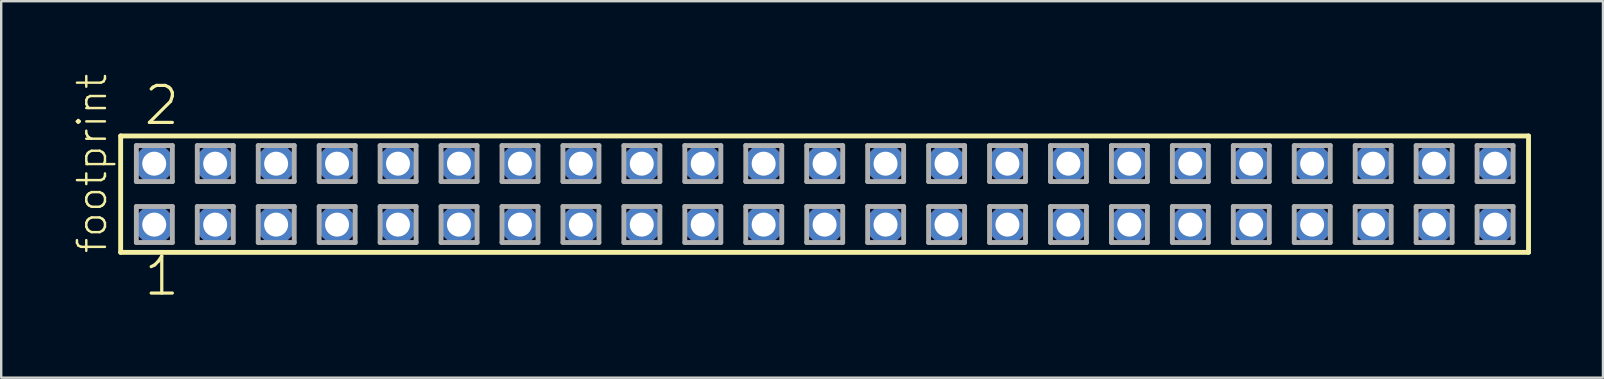
<source format=kicad_pcb>
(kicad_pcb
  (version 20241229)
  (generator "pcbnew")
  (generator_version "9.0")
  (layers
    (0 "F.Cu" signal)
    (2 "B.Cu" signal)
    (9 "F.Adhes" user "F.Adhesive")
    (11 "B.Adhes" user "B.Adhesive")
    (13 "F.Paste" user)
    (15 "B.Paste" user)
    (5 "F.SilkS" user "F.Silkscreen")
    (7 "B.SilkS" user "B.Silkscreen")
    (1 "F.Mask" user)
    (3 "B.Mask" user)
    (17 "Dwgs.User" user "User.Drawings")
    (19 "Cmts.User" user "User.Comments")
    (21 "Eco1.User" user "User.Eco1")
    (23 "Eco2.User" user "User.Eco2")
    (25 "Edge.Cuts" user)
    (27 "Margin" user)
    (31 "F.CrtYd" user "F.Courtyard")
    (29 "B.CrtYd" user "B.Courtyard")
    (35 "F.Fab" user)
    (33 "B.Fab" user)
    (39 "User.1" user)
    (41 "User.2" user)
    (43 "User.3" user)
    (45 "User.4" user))
  (footprint "footprint"
    (layer "F.Cu")
    (at 31.318 5.042)
    (property "Reference" "footprint" (at -29.845 2.54 90) (layer "F.SilkS") (effects (font (size 1.168 1.168) (thickness 0.102)) (justify left bottom)))
    (fp_line (start -29.339 -2.425) (end 29.339 -2.425) (stroke (width 0.203) (type solid)) (layer "F.SilkS"))
    (fp_line (start -29.339 2.425) (end -29.339 -2.425) (stroke (width 0.203) (type solid)) (layer "F.SilkS"))
    (fp_line (start 29.339 -2.425) (end 29.339 2.425) (stroke (width 0.203) (type solid)) (layer "F.SilkS"))
    (fp_line (start 29.339 2.425) (end -29.339 2.425) (stroke (width 0.203) (type solid)) (layer "F.SilkS"))
    (fp_line (start -28.685 -2.025) (end -27.185 -2.025) (stroke (width 0.203) (type solid)) (layer "F.Fab"))
    (fp_line (start -28.685 -0.525) (end -28.685 -2.025) (stroke (width 0.203) (type solid)) (layer "F.Fab"))
    (fp_line (start -28.685 0.515) (end -27.185 0.515) (stroke (width 0.203) (type solid)) (layer "F.Fab"))
    (fp_line (start -28.685 2.015) (end -28.685 0.515) (stroke (width 0.203) (type solid)) (layer "F.Fab"))
    (fp_line (start -27.185 -2.025) (end -27.185 -0.525) (stroke (width 0.203) (type solid)) (layer "F.Fab"))
    (fp_line (start -27.185 -0.525) (end -28.685 -0.525) (stroke (width 0.203) (type solid)) (layer "F.Fab"))
    (fp_line (start -27.185 0.515) (end -27.185 2.015) (stroke (width 0.203) (type solid)) (layer "F.Fab"))
    (fp_line (start -27.185 2.015) (end -28.685 2.015) (stroke (width 0.203) (type solid)) (layer "F.Fab"))
    (fp_line (start -26.145 -2.025) (end -24.645 -2.025) (stroke (width 0.203) (type solid)) (layer "F.Fab"))
    (fp_line (start -26.145 -0.525) (end -26.145 -2.025) (stroke (width 0.203) (type solid)) (layer "F.Fab"))
    (fp_line (start -26.145 0.515) (end -24.645 0.515) (stroke (width 0.203) (type solid)) (layer "F.Fab"))
    (fp_line (start -26.145 2.015) (end -26.145 0.515) (stroke (width 0.203) (type solid)) (layer "F.Fab"))
    (fp_line (start -24.645 -2.025) (end -24.645 -0.525) (stroke (width 0.203) (type solid)) (layer "F.Fab"))
    (fp_line (start -24.645 -0.525) (end -26.145 -0.525) (stroke (width 0.203) (type solid)) (layer "F.Fab"))
    (fp_line (start -24.645 0.515) (end -24.645 2.015) (stroke (width 0.203) (type solid)) (layer "F.Fab"))
    (fp_line (start -24.645 2.015) (end -26.145 2.015) (stroke (width 0.203) (type solid)) (layer "F.Fab"))
    (fp_line (start -23.605 -2.025) (end -22.105 -2.025) (stroke (width 0.203) (type solid)) (layer "F.Fab"))
    (fp_line (start -23.605 -0.525) (end -23.605 -2.025) (stroke (width 0.203) (type solid)) (layer "F.Fab"))
    (fp_line (start -23.605 0.515) (end -22.105 0.515) (stroke (width 0.203) (type solid)) (layer "F.Fab"))
    (fp_line (start -23.605 2.015) (end -23.605 0.515) (stroke (width 0.203) (type solid)) (layer "F.Fab"))
    (fp_line (start -22.105 -2.025) (end -22.105 -0.525) (stroke (width 0.203) (type solid)) (layer "F.Fab"))
    (fp_line (start -22.105 -0.525) (end -23.605 -0.525) (stroke (width 0.203) (type solid)) (layer "F.Fab"))
    (fp_line (start -22.105 0.515) (end -22.105 2.015) (stroke (width 0.203) (type solid)) (layer "F.Fab"))
    (fp_line (start -22.105 2.015) (end -23.605 2.015) (stroke (width 0.203) (type solid)) (layer "F.Fab"))
    (fp_line (start -21.065 -2.025) (end -19.565 -2.025) (stroke (width 0.203) (type solid)) (layer "F.Fab"))
    (fp_line (start -21.065 -0.525) (end -21.065 -2.025) (stroke (width 0.203) (type solid)) (layer "F.Fab"))
    (fp_line (start -21.065 0.515) (end -19.565 0.515) (stroke (width 0.203) (type solid)) (layer "F.Fab"))
    (fp_line (start -21.065 2.015) (end -21.065 0.515) (stroke (width 0.203) (type solid)) (layer "F.Fab"))
    (fp_line (start -19.565 -2.025) (end -19.565 -0.525) (stroke (width 0.203) (type solid)) (layer "F.Fab"))
    (fp_line (start -19.565 -0.525) (end -21.065 -0.525) (stroke (width 0.203) (type solid)) (layer "F.Fab"))
    (fp_line (start -19.565 0.515) (end -19.565 2.015) (stroke (width 0.203) (type solid)) (layer "F.Fab"))
    (fp_line (start -19.565 2.015) (end -21.065 2.015) (stroke (width 0.203) (type solid)) (layer "F.Fab"))
    (fp_line (start -18.525 -2.025) (end -17.025 -2.025) (stroke (width 0.203) (type solid)) (layer "F.Fab"))
    (fp_line (start -18.525 -0.525) (end -18.525 -2.025) (stroke (width 0.203) (type solid)) (layer "F.Fab"))
    (fp_line (start -18.525 0.515) (end -17.025 0.515) (stroke (width 0.203) (type solid)) (layer "F.Fab"))
    (fp_line (start -18.525 2.015) (end -18.525 0.515) (stroke (width 0.203) (type solid)) (layer "F.Fab"))
    (fp_line (start -17.025 -2.025) (end -17.025 -0.525) (stroke (width 0.203) (type solid)) (layer "F.Fab"))
    (fp_line (start -17.025 -0.525) (end -18.525 -0.525) (stroke (width 0.203) (type solid)) (layer "F.Fab"))
    (fp_line (start -17.025 0.515) (end -17.025 2.015) (stroke (width 0.203) (type solid)) (layer "F.Fab"))
    (fp_line (start -17.025 2.015) (end -18.525 2.015) (stroke (width 0.203) (type solid)) (layer "F.Fab"))
    (fp_line (start -15.985 -2.025) (end -14.485 -2.025) (stroke (width 0.203) (type solid)) (layer "F.Fab"))
    (fp_line (start -15.985 -0.525) (end -15.985 -2.025) (stroke (width 0.203) (type solid)) (layer "F.Fab"))
    (fp_line (start -15.985 0.515) (end -14.485 0.515) (stroke (width 0.203) (type solid)) (layer "F.Fab"))
    (fp_line (start -15.985 2.015) (end -15.985 0.515) (stroke (width 0.203) (type solid)) (layer "F.Fab"))
    (fp_line (start -14.485 -2.025) (end -14.485 -0.525) (stroke (width 0.203) (type solid)) (layer "F.Fab"))
    (fp_line (start -14.485 -0.525) (end -15.985 -0.525) (stroke (width 0.203) (type solid)) (layer "F.Fab"))
    (fp_line (start -14.485 0.515) (end -14.485 2.015) (stroke (width 0.203) (type solid)) (layer "F.Fab"))
    (fp_line (start -14.485 2.015) (end -15.985 2.015) (stroke (width 0.203) (type solid)) (layer "F.Fab"))
    (fp_line (start -13.445 -2.025) (end -11.945 -2.025) (stroke (width 0.203) (type solid)) (layer "F.Fab"))
    (fp_line (start -13.445 -0.525) (end -13.445 -2.025) (stroke (width 0.203) (type solid)) (layer "F.Fab"))
    (fp_line (start -13.445 0.515) (end -11.945 0.515) (stroke (width 0.203) (type solid)) (layer "F.Fab"))
    (fp_line (start -13.445 2.015) (end -13.445 0.515) (stroke (width 0.203) (type solid)) (layer "F.Fab"))
    (fp_line (start -11.945 -2.025) (end -11.945 -0.525) (stroke (width 0.203) (type solid)) (layer "F.Fab"))
    (fp_line (start -11.945 -0.525) (end -13.445 -0.525) (stroke (width 0.203) (type solid)) (layer "F.Fab"))
    (fp_line (start -11.945 0.515) (end -11.945 2.015) (stroke (width 0.203) (type solid)) (layer "F.Fab"))
    (fp_line (start -11.945 2.015) (end -13.445 2.015) (stroke (width 0.203) (type solid)) (layer "F.Fab"))
    (fp_line (start -10.905 -2.025) (end -9.405 -2.025) (stroke (width 0.203) (type solid)) (layer "F.Fab"))
    (fp_line (start -10.905 -0.525) (end -10.905 -2.025) (stroke (width 0.203) (type solid)) (layer "F.Fab"))
    (fp_line (start -10.905 0.515) (end -9.405 0.515) (stroke (width 0.203) (type solid)) (layer "F.Fab"))
    (fp_line (start -10.905 2.015) (end -10.905 0.515) (stroke (width 0.203) (type solid)) (layer "F.Fab"))
    (fp_line (start -9.405 -2.025) (end -9.405 -0.525) (stroke (width 0.203) (type solid)) (layer "F.Fab"))
    (fp_line (start -9.405 -0.525) (end -10.905 -0.525) (stroke (width 0.203) (type solid)) (layer "F.Fab"))
    (fp_line (start -9.405 0.515) (end -9.405 2.015) (stroke (width 0.203) (type solid)) (layer "F.Fab"))
    (fp_line (start -9.405 2.015) (end -10.905 2.015) (stroke (width 0.203) (type solid)) (layer "F.Fab"))
    (fp_line (start -8.365 -2.025) (end -6.865 -2.025) (stroke (width 0.203) (type solid)) (layer "F.Fab"))
    (fp_line (start -8.365 -0.525) (end -8.365 -2.025) (stroke (width 0.203) (type solid)) (layer "F.Fab"))
    (fp_line (start -8.365 0.515) (end -6.865 0.515) (stroke (width 0.203) (type solid)) (layer "F.Fab"))
    (fp_line (start -8.365 2.015) (end -8.365 0.515) (stroke (width 0.203) (type solid)) (layer "F.Fab"))
    (fp_line (start -6.865 -2.025) (end -6.865 -0.525) (stroke (width 0.203) (type solid)) (layer "F.Fab"))
    (fp_line (start -6.865 -0.525) (end -8.365 -0.525) (stroke (width 0.203) (type solid)) (layer "F.Fab"))
    (fp_line (start -6.865 0.515) (end -6.865 2.015) (stroke (width 0.203) (type solid)) (layer "F.Fab"))
    (fp_line (start -6.865 2.015) (end -8.365 2.015) (stroke (width 0.203) (type solid)) (layer "F.Fab"))
    (fp_line (start -5.825 -2.025) (end -4.325 -2.025) (stroke (width 0.203) (type solid)) (layer "F.Fab"))
    (fp_line (start -5.825 -0.525) (end -5.825 -2.025) (stroke (width 0.203) (type solid)) (layer "F.Fab"))
    (fp_line (start -5.825 0.515) (end -4.325 0.515) (stroke (width 0.203) (type solid)) (layer "F.Fab"))
    (fp_line (start -5.825 2.015) (end -5.825 0.515) (stroke (width 0.203) (type solid)) (layer "F.Fab"))
    (fp_line (start -4.325 -2.025) (end -4.325 -0.525) (stroke (width 0.203) (type solid)) (layer "F.Fab"))
    (fp_line (start -4.325 -0.525) (end -5.825 -0.525) (stroke (width 0.203) (type solid)) (layer "F.Fab"))
    (fp_line (start -4.325 0.515) (end -4.325 2.015) (stroke (width 0.203) (type solid)) (layer "F.Fab"))
    (fp_line (start -4.325 2.015) (end -5.825 2.015) (stroke (width 0.203) (type solid)) (layer "F.Fab"))
    (fp_line (start -3.285 -2.025) (end -1.785 -2.025) (stroke (width 0.203) (type solid)) (layer "F.Fab"))
    (fp_line (start -3.285 -0.525) (end -3.285 -2.025) (stroke (width 0.203) (type solid)) (layer "F.Fab"))
    (fp_line (start -3.285 0.515) (end -1.785 0.515) (stroke (width 0.203) (type solid)) (layer "F.Fab"))
    (fp_line (start -3.285 2.015) (end -3.285 0.515) (stroke (width 0.203) (type solid)) (layer "F.Fab"))
    (fp_line (start -1.785 -2.025) (end -1.785 -0.525) (stroke (width 0.203) (type solid)) (layer "F.Fab"))
    (fp_line (start -1.785 -0.525) (end -3.285 -0.525) (stroke (width 0.203) (type solid)) (layer "F.Fab"))
    (fp_line (start -1.785 0.515) (end -1.785 2.015) (stroke (width 0.203) (type solid)) (layer "F.Fab"))
    (fp_line (start -1.785 2.015) (end -3.285 2.015) (stroke (width 0.203) (type solid)) (layer "F.Fab"))
    (fp_line (start -0.745 -2.025) (end 0.755 -2.025) (stroke (width 0.203) (type solid)) (layer "F.Fab"))
    (fp_line (start -0.745 -0.525) (end -0.745 -2.025) (stroke (width 0.203) (type solid)) (layer "F.Fab"))
    (fp_line (start -0.745 0.515) (end 0.755 0.515) (stroke (width 0.203) (type solid)) (layer "F.Fab"))
    (fp_line (start -0.745 2.015) (end -0.745 0.515) (stroke (width 0.203) (type solid)) (layer "F.Fab"))
    (fp_line (start 0.755 -2.025) (end 0.755 -0.525) (stroke (width 0.203) (type solid)) (layer "F.Fab"))
    (fp_line (start 0.755 -0.525) (end -0.745 -0.525) (stroke (width 0.203) (type solid)) (layer "F.Fab"))
    (fp_line (start 0.755 0.515) (end 0.755 2.015) (stroke (width 0.203) (type solid)) (layer "F.Fab"))
    (fp_line (start 0.755 2.015) (end -0.745 2.015) (stroke (width 0.203) (type solid)) (layer "F.Fab"))
    (fp_line (start 1.795 -2.025) (end 3.295 -2.025) (stroke (width 0.203) (type solid)) (layer "F.Fab"))
    (fp_line (start 1.795 -0.525) (end 1.795 -2.025) (stroke (width 0.203) (type solid)) (layer "F.Fab"))
    (fp_line (start 1.795 0.515) (end 3.295 0.515) (stroke (width 0.203) (type solid)) (layer "F.Fab"))
    (fp_line (start 1.795 2.015) (end 1.795 0.515) (stroke (width 0.203) (type solid)) (layer "F.Fab"))
    (fp_line (start 3.295 -2.025) (end 3.295 -0.525) (stroke (width 0.203) (type solid)) (layer "F.Fab"))
    (fp_line (start 3.295 -0.525) (end 1.795 -0.525) (stroke (width 0.203) (type solid)) (layer "F.Fab"))
    (fp_line (start 3.295 0.515) (end 3.295 2.015) (stroke (width 0.203) (type solid)) (layer "F.Fab"))
    (fp_line (start 3.295 2.015) (end 1.795 2.015) (stroke (width 0.203) (type solid)) (layer "F.Fab"))
    (fp_line (start 4.335 -2.025) (end 5.835 -2.025) (stroke (width 0.203) (type solid)) (layer "F.Fab"))
    (fp_line (start 4.335 -0.525) (end 4.335 -2.025) (stroke (width 0.203) (type solid)) (layer "F.Fab"))
    (fp_line (start 4.335 0.515) (end 5.835 0.515) (stroke (width 0.203) (type solid)) (layer "F.Fab"))
    (fp_line (start 4.335 2.015) (end 4.335 0.515) (stroke (width 0.203) (type solid)) (layer "F.Fab"))
    (fp_line (start 5.835 -2.025) (end 5.835 -0.525) (stroke (width 0.203) (type solid)) (layer "F.Fab"))
    (fp_line (start 5.835 -0.525) (end 4.335 -0.525) (stroke (width 0.203) (type solid)) (layer "F.Fab"))
    (fp_line (start 5.835 0.515) (end 5.835 2.015) (stroke (width 0.203) (type solid)) (layer "F.Fab"))
    (fp_line (start 5.835 2.015) (end 4.335 2.015) (stroke (width 0.203) (type solid)) (layer "F.Fab"))
    (fp_line (start 6.875 -2.025) (end 8.375 -2.025) (stroke (width 0.203) (type solid)) (layer "F.Fab"))
    (fp_line (start 6.875 -0.525) (end 6.875 -2.025) (stroke (width 0.203) (type solid)) (layer "F.Fab"))
    (fp_line (start 6.875 0.515) (end 8.375 0.515) (stroke (width 0.203) (type solid)) (layer "F.Fab"))
    (fp_line (start 6.875 2.015) (end 6.875 0.515) (stroke (width 0.203) (type solid)) (layer "F.Fab"))
    (fp_line (start 8.375 -2.025) (end 8.375 -0.525) (stroke (width 0.203) (type solid)) (layer "F.Fab"))
    (fp_line (start 8.375 -0.525) (end 6.875 -0.525) (stroke (width 0.203) (type solid)) (layer "F.Fab"))
    (fp_line (start 8.375 0.515) (end 8.375 2.015) (stroke (width 0.203) (type solid)) (layer "F.Fab"))
    (fp_line (start 8.375 2.015) (end 6.875 2.015) (stroke (width 0.203) (type solid)) (layer "F.Fab"))
    (fp_line (start 9.415 -2.025) (end 10.915 -2.025) (stroke (width 0.203) (type solid)) (layer "F.Fab"))
    (fp_line (start 9.415 -0.525) (end 9.415 -2.025) (stroke (width 0.203) (type solid)) (layer "F.Fab"))
    (fp_line (start 9.415 0.515) (end 10.915 0.515) (stroke (width 0.203) (type solid)) (layer "F.Fab"))
    (fp_line (start 9.415 2.015) (end 9.415 0.515) (stroke (width 0.203) (type solid)) (layer "F.Fab"))
    (fp_line (start 10.915 -2.025) (end 10.915 -0.525) (stroke (width 0.203) (type solid)) (layer "F.Fab"))
    (fp_line (start 10.915 -0.525) (end 9.415 -0.525) (stroke (width 0.203) (type solid)) (layer "F.Fab"))
    (fp_line (start 10.915 0.515) (end 10.915 2.015) (stroke (width 0.203) (type solid)) (layer "F.Fab"))
    (fp_line (start 10.915 2.015) (end 9.415 2.015) (stroke (width 0.203) (type solid)) (layer "F.Fab"))
    (fp_line (start 11.955 -2.025) (end 13.455 -2.025) (stroke (width 0.203) (type solid)) (layer "F.Fab"))
    (fp_line (start 11.955 -0.525) (end 11.955 -2.025) (stroke (width 0.203) (type solid)) (layer "F.Fab"))
    (fp_line (start 11.955 0.515) (end 13.455 0.515) (stroke (width 0.203) (type solid)) (layer "F.Fab"))
    (fp_line (start 11.955 2.015) (end 11.955 0.515) (stroke (width 0.203) (type solid)) (layer "F.Fab"))
    (fp_line (start 13.455 -2.025) (end 13.455 -0.525) (stroke (width 0.203) (type solid)) (layer "F.Fab"))
    (fp_line (start 13.455 -0.525) (end 11.955 -0.525) (stroke (width 0.203) (type solid)) (layer "F.Fab"))
    (fp_line (start 13.455 0.515) (end 13.455 2.015) (stroke (width 0.203) (type solid)) (layer "F.Fab"))
    (fp_line (start 13.455 2.015) (end 11.955 2.015) (stroke (width 0.203) (type solid)) (layer "F.Fab"))
    (fp_line (start 14.495 -2.025) (end 15.995 -2.025) (stroke (width 0.203) (type solid)) (layer "F.Fab"))
    (fp_line (start 14.495 -0.525) (end 14.495 -2.025) (stroke (width 0.203) (type solid)) (layer "F.Fab"))
    (fp_line (start 14.495 0.515) (end 15.995 0.515) (stroke (width 0.203) (type solid)) (layer "F.Fab"))
    (fp_line (start 14.495 2.015) (end 14.495 0.515) (stroke (width 0.203) (type solid)) (layer "F.Fab"))
    (fp_line (start 15.995 -2.025) (end 15.995 -0.525) (stroke (width 0.203) (type solid)) (layer "F.Fab"))
    (fp_line (start 15.995 -0.525) (end 14.495 -0.525) (stroke (width 0.203) (type solid)) (layer "F.Fab"))
    (fp_line (start 15.995 0.515) (end 15.995 2.015) (stroke (width 0.203) (type solid)) (layer "F.Fab"))
    (fp_line (start 15.995 2.015) (end 14.495 2.015) (stroke (width 0.203) (type solid)) (layer "F.Fab"))
    (fp_line (start 17.035 -2.025) (end 18.535 -2.025) (stroke (width 0.203) (type solid)) (layer "F.Fab"))
    (fp_line (start 17.035 -0.525) (end 17.035 -2.025) (stroke (width 0.203) (type solid)) (layer "F.Fab"))
    (fp_line (start 17.035 0.515) (end 18.535 0.515) (stroke (width 0.203) (type solid)) (layer "F.Fab"))
    (fp_line (start 17.035 2.015) (end 17.035 0.515) (stroke (width 0.203) (type solid)) (layer "F.Fab"))
    (fp_line (start 18.535 -2.025) (end 18.535 -0.525) (stroke (width 0.203) (type solid)) (layer "F.Fab"))
    (fp_line (start 18.535 -0.525) (end 17.035 -0.525) (stroke (width 0.203) (type solid)) (layer "F.Fab"))
    (fp_line (start 18.535 0.515) (end 18.535 2.015) (stroke (width 0.203) (type solid)) (layer "F.Fab"))
    (fp_line (start 18.535 2.015) (end 17.035 2.015) (stroke (width 0.203) (type solid)) (layer "F.Fab"))
    (fp_line (start 19.575 -2.025) (end 21.075 -2.025) (stroke (width 0.203) (type solid)) (layer "F.Fab"))
    (fp_line (start 19.575 -0.525) (end 19.575 -2.025) (stroke (width 0.203) (type solid)) (layer "F.Fab"))
    (fp_line (start 19.575 0.515) (end 21.075 0.515) (stroke (width 0.203) (type solid)) (layer "F.Fab"))
    (fp_line (start 19.575 2.015) (end 19.575 0.515) (stroke (width 0.203) (type solid)) (layer "F.Fab"))
    (fp_line (start 21.075 -2.025) (end 21.075 -0.525) (stroke (width 0.203) (type solid)) (layer "F.Fab"))
    (fp_line (start 21.075 -0.525) (end 19.575 -0.525) (stroke (width 0.203) (type solid)) (layer "F.Fab"))
    (fp_line (start 21.075 0.515) (end 21.075 2.015) (stroke (width 0.203) (type solid)) (layer "F.Fab"))
    (fp_line (start 21.075 2.015) (end 19.575 2.015) (stroke (width 0.203) (type solid)) (layer "F.Fab"))
    (fp_line (start 22.115 -2.025) (end 23.615 -2.025) (stroke (width 0.203) (type solid)) (layer "F.Fab"))
    (fp_line (start 22.115 -0.525) (end 22.115 -2.025) (stroke (width 0.203) (type solid)) (layer "F.Fab"))
    (fp_line (start 22.115 0.515) (end 23.615 0.515) (stroke (width 0.203) (type solid)) (layer "F.Fab"))
    (fp_line (start 22.115 2.015) (end 22.115 0.515) (stroke (width 0.203) (type solid)) (layer "F.Fab"))
    (fp_line (start 23.615 -2.025) (end 23.615 -0.525) (stroke (width 0.203) (type solid)) (layer "F.Fab"))
    (fp_line (start 23.615 -0.525) (end 22.115 -0.525) (stroke (width 0.203) (type solid)) (layer "F.Fab"))
    (fp_line (start 23.615 0.515) (end 23.615 2.015) (stroke (width 0.203) (type solid)) (layer "F.Fab"))
    (fp_line (start 23.615 2.015) (end 22.115 2.015) (stroke (width 0.203) (type solid)) (layer "F.Fab"))
    (fp_line (start 24.655 -2.025) (end 26.155 -2.025) (stroke (width 0.203) (type solid)) (layer "F.Fab"))
    (fp_line (start 24.655 -0.525) (end 24.655 -2.025) (stroke (width 0.203) (type solid)) (layer "F.Fab"))
    (fp_line (start 24.655 0.515) (end 26.155 0.515) (stroke (width 0.203) (type solid)) (layer "F.Fab"))
    (fp_line (start 24.655 2.015) (end 24.655 0.515) (stroke (width 0.203) (type solid)) (layer "F.Fab"))
    (fp_line (start 26.155 -2.025) (end 26.155 -0.525) (stroke (width 0.203) (type solid)) (layer "F.Fab"))
    (fp_line (start 26.155 -0.525) (end 24.655 -0.525) (stroke (width 0.203) (type solid)) (layer "F.Fab"))
    (fp_line (start 26.155 0.515) (end 26.155 2.015) (stroke (width 0.203) (type solid)) (layer "F.Fab"))
    (fp_line (start 26.155 2.015) (end 24.655 2.015) (stroke (width 0.203) (type solid)) (layer "F.Fab"))
    (fp_line (start 27.195 -2.025) (end 28.695 -2.025) (stroke (width 0.203) (type solid)) (layer "F.Fab"))
    (fp_line (start 27.195 -0.525) (end 27.195 -2.025) (stroke (width 0.203) (type solid)) (layer "F.Fab"))
    (fp_line (start 27.195 0.515) (end 28.695 0.515) (stroke (width 0.203) (type solid)) (layer "F.Fab"))
    (fp_line (start 27.195 2.015) (end 27.195 0.515) (stroke (width 0.203) (type solid)) (layer "F.Fab"))
    (fp_line (start 28.695 -2.025) (end 28.695 -0.525) (stroke (width 0.203) (type solid)) (layer "F.Fab"))
    (fp_line (start 28.695 -0.525) (end 27.195 -0.525) (stroke (width 0.203) (type solid)) (layer "F.Fab"))
    (fp_line (start 28.695 0.515) (end 28.695 2.015) (stroke (width 0.203) (type solid)) (layer "F.Fab"))
    (fp_line (start 28.695 2.015) (end 27.195 2.015) (stroke (width 0.203) (type solid)) (layer "F.Fab"))
    (fp_text user "2" (at -28.448 -2.794 0) (layer "F.SilkS") (effects (font (size 1.542 1.542) (thickness 0.134)) (justify left bottom)))
    (fp_text user "1" (at -28.448 4.318 0) (layer "F.SilkS") (effects (font (size 1.542 1.542) (thickness 0.134)) (justify left bottom)))
    (pad "1" thru_hole roundrect (at -27.94 1.27) (size 1.5 1.5) (drill 1) (layers "*.Cu" "*.Mask") (roundrect_rratio 0.25) (chamfer_ratio 0.25) (chamfer top_left top_right bottom_left bottom_right))
    (pad "2" thru_hole roundrect (at -27.94 -1.27) (size 1.5 1.5) (drill 1) (layers "*.Cu" "*.Mask") (roundrect_rratio 0.25) (chamfer_ratio 0.25) (chamfer top_left top_right bottom_left bottom_right))
    (pad "3" thru_hole roundrect (at -25.4 1.27) (size 1.5 1.5) (drill 1) (layers "*.Cu" "*.Mask") (roundrect_rratio 0.25) (chamfer_ratio 0.25) (chamfer top_left top_right bottom_left bottom_right))
    (pad "4" thru_hole roundrect (at -25.4 -1.27) (size 1.5 1.5) (drill 1) (layers "*.Cu" "*.Mask") (roundrect_rratio 0.25) (chamfer_ratio 0.25) (chamfer top_left top_right bottom_left bottom_right))
    (pad "5" thru_hole roundrect (at -22.86 1.27) (size 1.5 1.5) (drill 1) (layers "*.Cu" "*.Mask") (roundrect_rratio 0.25) (chamfer_ratio 0.25) (chamfer top_left top_right bottom_left bottom_right))
    (pad "6" thru_hole roundrect (at -22.86 -1.27) (size 1.5 1.5) (drill 1) (layers "*.Cu" "*.Mask") (roundrect_rratio 0.25) (chamfer_ratio 0.25) (chamfer top_left top_right bottom_left bottom_right))
    (pad "7" thru_hole roundrect (at -20.32 1.27) (size 1.5 1.5) (drill 1) (layers "*.Cu" "*.Mask") (roundrect_rratio 0.25) (chamfer_ratio 0.25) (chamfer top_left top_right bottom_left bottom_right))
    (pad "8" thru_hole roundrect (at -20.32 -1.27) (size 1.5 1.5) (drill 1) (layers "*.Cu" "*.Mask") (roundrect_rratio 0.25) (chamfer_ratio 0.25) (chamfer top_left top_right bottom_left bottom_right))
    (pad "9" thru_hole roundrect (at -17.78 1.27) (size 1.5 1.5) (drill 1) (layers "*.Cu" "*.Mask") (roundrect_rratio 0.25) (chamfer_ratio 0.25) (chamfer top_left top_right bottom_left bottom_right))
    (pad "10" thru_hole roundrect (at -17.78 -1.27) (size 1.5 1.5) (drill 1) (layers "*.Cu" "*.Mask") (roundrect_rratio 0.25) (chamfer_ratio 0.25) (chamfer top_left top_right bottom_left bottom_right))
    (pad "11" thru_hole roundrect (at -15.24 1.27) (size 1.5 1.5) (drill 1) (layers "*.Cu" "*.Mask") (roundrect_rratio 0.25) (chamfer_ratio 0.25) (chamfer top_left top_right bottom_left bottom_right))
    (pad "12" thru_hole roundrect (at -15.24 -1.27) (size 1.5 1.5) (drill 1) (layers "*.Cu" "*.Mask") (roundrect_rratio 0.25) (chamfer_ratio 0.25) (chamfer top_left top_right bottom_left bottom_right))
    (pad "13" thru_hole roundrect (at -12.7 1.27) (size 1.5 1.5) (drill 1) (layers "*.Cu" "*.Mask") (roundrect_rratio 0.25) (chamfer_ratio 0.25) (chamfer top_left top_right bottom_left bottom_right))
    (pad "14" thru_hole roundrect (at -12.7 -1.27) (size 1.5 1.5) (drill 1) (layers "*.Cu" "*.Mask") (roundrect_rratio 0.25) (chamfer_ratio 0.25) (chamfer top_left top_right bottom_left bottom_right))
    (pad "15" thru_hole roundrect (at -10.16 1.27) (size 1.5 1.5) (drill 1) (layers "*.Cu" "*.Mask") (roundrect_rratio 0.25) (chamfer_ratio 0.25) (chamfer top_left top_right bottom_left bottom_right))
    (pad "16" thru_hole roundrect (at -10.16 -1.27) (size 1.5 1.5) (drill 1) (layers "*.Cu" "*.Mask") (roundrect_rratio 0.25) (chamfer_ratio 0.25) (chamfer top_left top_right bottom_left bottom_right))
    (pad "17" thru_hole roundrect (at -7.62 1.27) (size 1.5 1.5) (drill 1) (layers "*.Cu" "*.Mask") (roundrect_rratio 0.25) (chamfer_ratio 0.25) (chamfer top_left top_right bottom_left bottom_right))
    (pad "18" thru_hole roundrect (at -7.62 -1.27) (size 1.5 1.5) (drill 1) (layers "*.Cu" "*.Mask") (roundrect_rratio 0.25) (chamfer_ratio 0.25) (chamfer top_left top_right bottom_left bottom_right))
    (pad "19" thru_hole roundrect (at -5.08 1.27) (size 1.5 1.5) (drill 1) (layers "*.Cu" "*.Mask") (roundrect_rratio 0.25) (chamfer_ratio 0.25) (chamfer top_left top_right bottom_left bottom_right))
    (pad "20" thru_hole roundrect (at -5.08 -1.27) (size 1.5 1.5) (drill 1) (layers "*.Cu" "*.Mask") (roundrect_rratio 0.25) (chamfer_ratio 0.25) (chamfer top_left top_right bottom_left bottom_right))
    (pad "21" thru_hole roundrect (at -2.54 1.27) (size 1.5 1.5) (drill 1) (layers "*.Cu" "*.Mask") (roundrect_rratio 0.25) (chamfer_ratio 0.25) (chamfer top_left top_right bottom_left bottom_right))
    (pad "22" thru_hole roundrect (at -2.54 -1.27) (size 1.5 1.5) (drill 1) (layers "*.Cu" "*.Mask") (roundrect_rratio 0.25) (chamfer_ratio 0.25) (chamfer top_left top_right bottom_left bottom_right))
    (pad "23" thru_hole roundrect (at 0 1.27) (size 1.5 1.5) (drill 1) (layers "*.Cu" "*.Mask") (roundrect_rratio 0.25) (chamfer_ratio 0.25) (chamfer top_left top_right bottom_left bottom_right))
    (pad "24" thru_hole roundrect (at 0 -1.27) (size 1.5 1.5) (drill 1) (layers "*.Cu" "*.Mask") (roundrect_rratio 0.25) (chamfer_ratio 0.25) (chamfer top_left top_right bottom_left bottom_right))
    (pad "25" thru_hole roundrect (at 2.54 1.27) (size 1.5 1.5) (drill 1) (layers "*.Cu" "*.Mask") (roundrect_rratio 0.25) (chamfer_ratio 0.25) (chamfer top_left top_right bottom_left bottom_right))
    (pad "26" thru_hole roundrect (at 2.54 -1.27) (size 1.5 1.5) (drill 1) (layers "*.Cu" "*.Mask") (roundrect_rratio 0.25) (chamfer_ratio 0.25) (chamfer top_left top_right bottom_left bottom_right))
    (pad "27" thru_hole roundrect (at 5.08 1.27) (size 1.5 1.5) (drill 1) (layers "*.Cu" "*.Mask") (roundrect_rratio 0.25) (chamfer_ratio 0.25) (chamfer top_left top_right bottom_left bottom_right))
    (pad "28" thru_hole roundrect (at 5.08 -1.27) (size 1.5 1.5) (drill 1) (layers "*.Cu" "*.Mask") (roundrect_rratio 0.25) (chamfer_ratio 0.25) (chamfer top_left top_right bottom_left bottom_right))
    (pad "29" thru_hole roundrect (at 7.62 1.27) (size 1.5 1.5) (drill 1) (layers "*.Cu" "*.Mask") (roundrect_rratio 0.25) (chamfer_ratio 0.25) (chamfer top_left top_right bottom_left bottom_right))
    (pad "30" thru_hole roundrect (at 7.62 -1.27) (size 1.5 1.5) (drill 1) (layers "*.Cu" "*.Mask") (roundrect_rratio 0.25) (chamfer_ratio 0.25) (chamfer top_left top_right bottom_left bottom_right))
    (pad "31" thru_hole roundrect (at 10.16 1.27) (size 1.5 1.5) (drill 1) (layers "*.Cu" "*.Mask") (roundrect_rratio 0.25) (chamfer_ratio 0.25) (chamfer top_left top_right bottom_left bottom_right))
    (pad "32" thru_hole roundrect (at 10.16 -1.27) (size 1.5 1.5) (drill 1) (layers "*.Cu" "*.Mask") (roundrect_rratio 0.25) (chamfer_ratio 0.25) (chamfer top_left top_right bottom_left bottom_right))
    (pad "33" thru_hole roundrect (at 12.7 1.27) (size 1.5 1.5) (drill 1) (layers "*.Cu" "*.Mask") (roundrect_rratio 0.25) (chamfer_ratio 0.25) (chamfer top_left top_right bottom_left bottom_right))
    (pad "34" thru_hole roundrect (at 12.7 -1.27) (size 1.5 1.5) (drill 1) (layers "*.Cu" "*.Mask") (roundrect_rratio 0.25) (chamfer_ratio 0.25) (chamfer top_left top_right bottom_left bottom_right))
    (pad "35" thru_hole roundrect (at 15.24 1.27) (size 1.5 1.5) (drill 1) (layers "*.Cu" "*.Mask") (roundrect_rratio 0.25) (chamfer_ratio 0.25) (chamfer top_left top_right bottom_left bottom_right))
    (pad "36" thru_hole roundrect (at 15.24 -1.27) (size 1.5 1.5) (drill 1) (layers "*.Cu" "*.Mask") (roundrect_rratio 0.25) (chamfer_ratio 0.25) (chamfer top_left top_right bottom_left bottom_right))
    (pad "37" thru_hole roundrect (at 17.78 1.27) (size 1.5 1.5) (drill 1) (layers "*.Cu" "*.Mask") (roundrect_rratio 0.25) (chamfer_ratio 0.25) (chamfer top_left top_right bottom_left bottom_right))
    (pad "38" thru_hole roundrect (at 17.78 -1.27) (size 1.5 1.5) (drill 1) (layers "*.Cu" "*.Mask") (roundrect_rratio 0.25) (chamfer_ratio 0.25) (chamfer top_left top_right bottom_left bottom_right))
    (pad "39" thru_hole roundrect (at 20.32 1.27) (size 1.5 1.5) (drill 1) (layers "*.Cu" "*.Mask") (roundrect_rratio 0.25) (chamfer_ratio 0.25) (chamfer top_left top_right bottom_left bottom_right))
    (pad "40" thru_hole roundrect (at 20.32 -1.27) (size 1.5 1.5) (drill 1) (layers "*.Cu" "*.Mask") (roundrect_rratio 0.25) (chamfer_ratio 0.25) (chamfer top_left top_right bottom_left bottom_right))
    (pad "41" thru_hole roundrect (at 22.86 1.27) (size 1.5 1.5) (drill 1) (layers "*.Cu" "*.Mask") (roundrect_rratio 0.25) (chamfer_ratio 0.25) (chamfer top_left top_right bottom_left bottom_right))
    (pad "42" thru_hole roundrect (at 22.86 -1.27) (size 1.5 1.5) (drill 1) (layers "*.Cu" "*.Mask") (roundrect_rratio 0.25) (chamfer_ratio 0.25) (chamfer top_left top_right bottom_left bottom_right))
    (pad "43" thru_hole roundrect (at 25.4 1.27) (size 1.5 1.5) (drill 1) (layers "*.Cu" "*.Mask") (roundrect_rratio 0.25) (chamfer_ratio 0.25) (chamfer top_left top_right bottom_left bottom_right))
    (pad "44" thru_hole roundrect (at 25.4 -1.27) (size 1.5 1.5) (drill 1) (layers "*.Cu" "*.Mask") (roundrect_rratio 0.25) (chamfer_ratio 0.25) (chamfer top_left top_right bottom_left bottom_right))
    (pad "45" thru_hole roundrect (at 27.94 1.27) (size 1.5 1.5) (drill 1) (layers "*.Cu" "*.Mask") (roundrect_rratio 0.25) (chamfer_ratio 0.25) (chamfer top_left top_right bottom_left bottom_right))
    (pad "46" thru_hole roundrect (at 27.94 -1.27) (size 1.5 1.5) (drill 1) (layers "*.Cu" "*.Mask") (roundrect_rratio 0.25) (chamfer_ratio 0.25) (chamfer top_left top_right bottom_left bottom_right)))
  (gr_rect
    (start -3 -3)
    (end 63.759 12.691)
    (stroke (width 0.1) (type default))
    (fill no)
    (layer "Edge.Cuts")))
</source>
